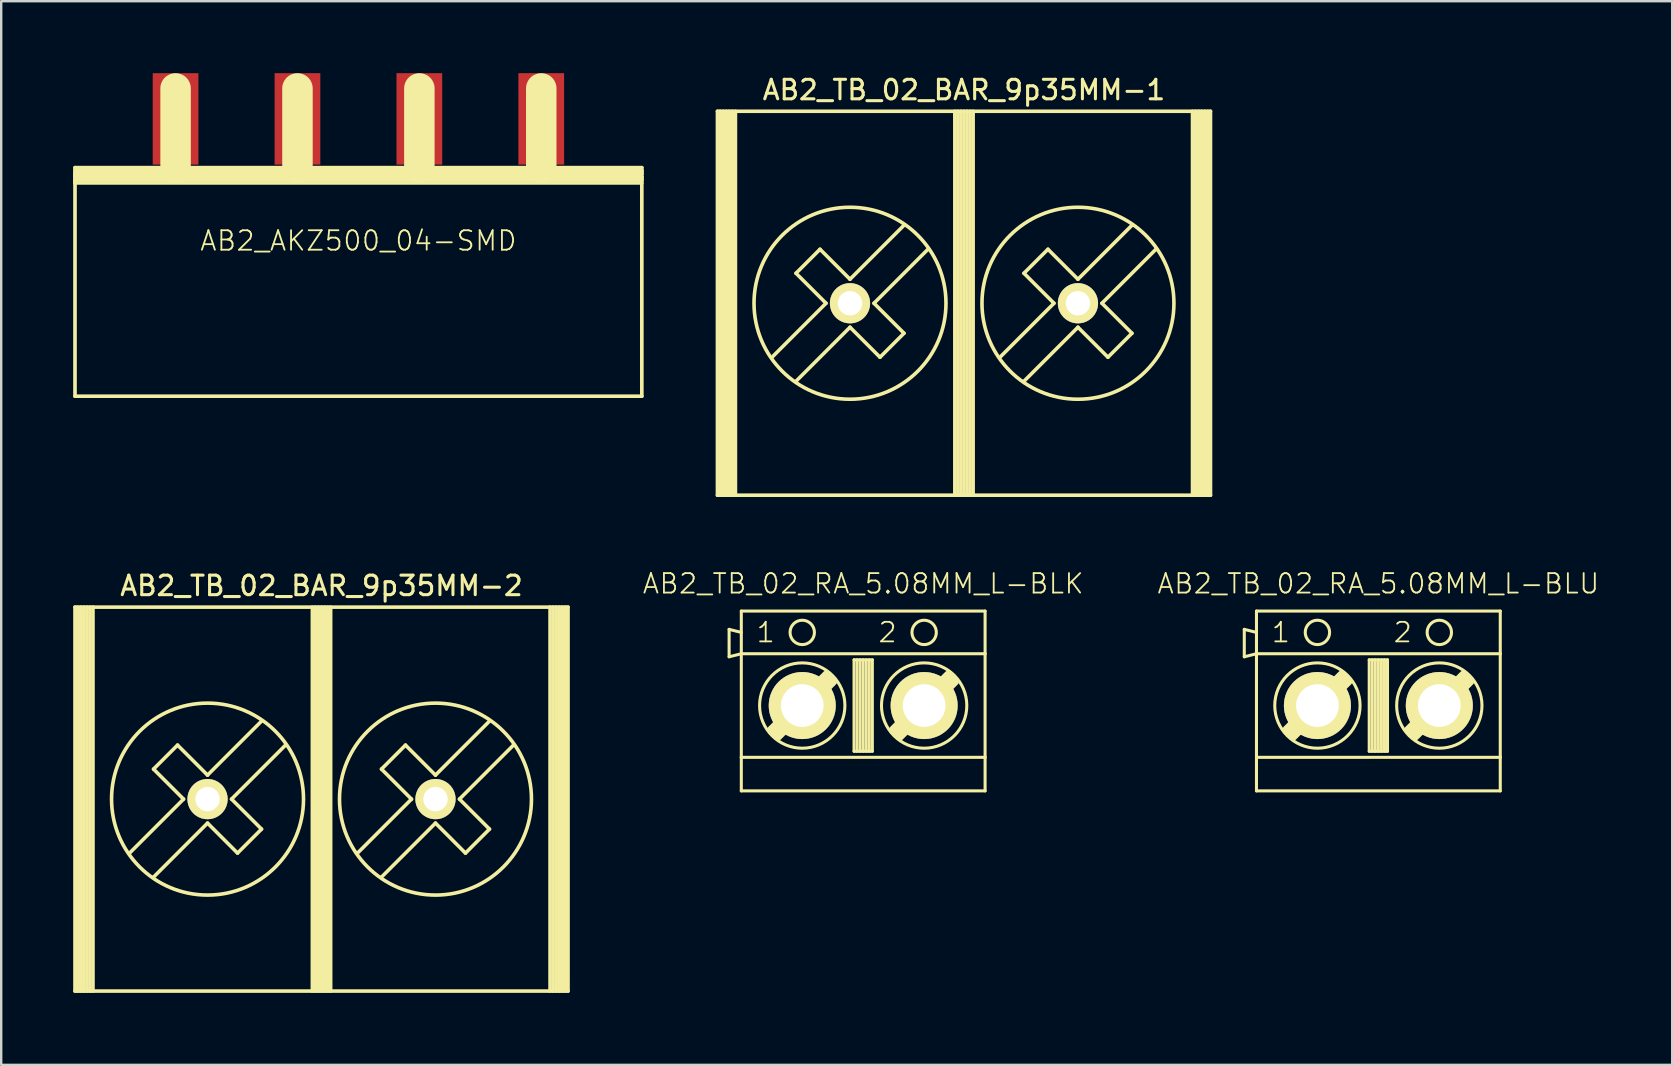
<source format=kicad_pcb>
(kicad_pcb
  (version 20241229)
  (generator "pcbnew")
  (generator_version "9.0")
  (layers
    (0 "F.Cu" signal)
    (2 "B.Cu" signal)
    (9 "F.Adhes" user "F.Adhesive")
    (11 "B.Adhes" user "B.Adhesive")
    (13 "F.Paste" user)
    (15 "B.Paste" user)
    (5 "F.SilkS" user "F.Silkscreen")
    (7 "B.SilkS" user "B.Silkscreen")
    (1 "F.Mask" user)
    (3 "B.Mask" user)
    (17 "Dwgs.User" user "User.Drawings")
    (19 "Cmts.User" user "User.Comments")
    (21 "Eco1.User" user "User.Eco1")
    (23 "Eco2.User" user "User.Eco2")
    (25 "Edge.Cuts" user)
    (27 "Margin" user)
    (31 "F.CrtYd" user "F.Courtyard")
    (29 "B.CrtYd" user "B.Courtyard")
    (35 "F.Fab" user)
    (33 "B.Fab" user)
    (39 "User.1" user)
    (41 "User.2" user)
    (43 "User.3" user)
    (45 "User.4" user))
  (footprint "AB2_TB_02_BAR_9p35MM-2"
    (layer "F.Cu")
    (at 10.349 30.253)
    (property "Reference" "AB2_TB_02_BAR_9p35MM-2" (at 0 -8.89 0) (layer "F.SilkS") (effects (font (size 0.813 0.813) (thickness 0.127))))
    (attr through_hole)
    (fp_line (start -10.274 -8.001) (end 10.274 -8.001) (stroke (width 0.15) (type solid)) (layer "F.SilkS"))
    (fp_line (start -10.274 8.001) (end -10.274 -8.001) (stroke (width 0.15) (type solid)) (layer "F.SilkS"))
    (fp_line (start -10.16 -8.001) (end -10.16 8.001) (stroke (width 0.15) (type solid)) (layer "F.SilkS"))
    (fp_line (start -10.033 8.001) (end -10.033 -8.001) (stroke (width 0.15) (type solid)) (layer "F.SilkS"))
    (fp_line (start -9.906 -8.001) (end -9.906 8.001) (stroke (width 0.15) (type solid)) (layer "F.SilkS"))
    (fp_line (start -9.779 -8.001) (end -9.779 8.001) (stroke (width 0.15) (type solid)) (layer "F.SilkS"))
    (fp_line (start -9.652 8.001) (end -9.652 -8.001) (stroke (width 0.15) (type solid)) (layer "F.SilkS"))
    (fp_line (start -9.525 -8.001) (end -9.525 8.001) (stroke (width 0.15) (type solid)) (layer "F.SilkS"))
    (fp_line (start -7 -1.25) (end -5.75 0) (stroke (width 0.15) (type solid)) (layer "F.SilkS"))
    (fp_line (start -6 -2.25) (end -7 -1.25) (stroke (width 0.15) (type solid)) (layer "F.SilkS"))
    (fp_line (start -5.75 0) (end -8 2.25) (stroke (width 0.15) (type solid)) (layer "F.SilkS"))
    (fp_line (start -4.75 -1) (end -6 -2.25) (stroke (width 0.15) (type solid)) (layer "F.SilkS"))
    (fp_line (start -4.75 -1) (end -2.5 -3.25) (stroke (width 0.15) (type solid)) (layer "F.SilkS"))
    (fp_line (start -4.75 1) (end -7 3.25) (stroke (width 0.15) (type solid)) (layer "F.SilkS"))
    (fp_line (start -3.75 0) (end -2.5 1.25) (stroke (width 0.15) (type solid)) (layer "F.SilkS"))
    (fp_line (start -3.75 0) (end -1.5 -2.25) (stroke (width 0.15) (type solid)) (layer "F.SilkS"))
    (fp_line (start -3.5 2.25) (end -4.75 1) (stroke (width 0.15) (type solid)) (layer "F.SilkS"))
    (fp_line (start -2.5 1.25) (end -3.5 2.25) (stroke (width 0.15) (type solid)) (layer "F.SilkS"))
    (fp_line (start -0.381 8.001) (end -0.381 -8.001) (stroke (width 0.15) (type solid)) (layer "F.SilkS"))
    (fp_line (start -0.254 -8.001) (end -0.254 8.001) (stroke (width 0.15) (type solid)) (layer "F.SilkS"))
    (fp_line (start -0.127 8.001) (end -0.127 -8.001) (stroke (width 0.15) (type solid)) (layer "F.SilkS"))
    (fp_line (start 0 -8.001) (end 0 8.001) (stroke (width 0.15) (type solid)) (layer "F.SilkS"))
    (fp_line (start 0.127 8.001) (end 0.127 -8.001) (stroke (width 0.15) (type solid)) (layer "F.SilkS"))
    (fp_line (start 0.254 -8.001) (end 0.254 8.001) (stroke (width 0.15) (type solid)) (layer "F.SilkS"))
    (fp_line (start 0.381 -8.001) (end 0.381 8.001) (stroke (width 0.15) (type solid)) (layer "F.SilkS"))
    (fp_line (start 2.5 -1.25) (end 3.5 -2.25) (stroke (width 0.15) (type solid)) (layer "F.SilkS"))
    (fp_line (start 3.5 -2.25) (end 4.75 -1) (stroke (width 0.15) (type solid)) (layer "F.SilkS"))
    (fp_line (start 3.75 0) (end 1.5 2.25) (stroke (width 0.15) (type solid)) (layer "F.SilkS"))
    (fp_line (start 3.75 0) (end 2.5 -1.25) (stroke (width 0.15) (type solid)) (layer "F.SilkS"))
    (fp_line (start 4.75 -1) (end 7 -3.25) (stroke (width 0.15) (type solid)) (layer "F.SilkS"))
    (fp_line (start 4.75 1) (end 2.5 3.25) (stroke (width 0.15) (type solid)) (layer "F.SilkS"))
    (fp_line (start 5.75 0) (end 8 -2.25) (stroke (width 0.15) (type solid)) (layer "F.SilkS"))
    (fp_line (start 6 2.25) (end 4.75 1) (stroke (width 0.15) (type solid)) (layer "F.SilkS"))
    (fp_line (start 6 2.25) (end 7 1.25) (stroke (width 0.15) (type solid)) (layer "F.SilkS"))
    (fp_line (start 7 1.25) (end 5.75 0) (stroke (width 0.15) (type solid)) (layer "F.SilkS"))
    (fp_line (start 9.525 -8.001) (end 9.525 8.001) (stroke (width 0.15) (type solid)) (layer "F.SilkS"))
    (fp_line (start 9.652 8.001) (end 9.652 -8.001) (stroke (width 0.15) (type solid)) (layer "F.SilkS"))
    (fp_line (start 9.779 8.001) (end 9.779 -8.001) (stroke (width 0.15) (type solid)) (layer "F.SilkS"))
    (fp_line (start 9.906 -8.001) (end 9.906 8.001) (stroke (width 0.15) (type solid)) (layer "F.SilkS"))
    (fp_line (start 10.033 8.001) (end 10.033 -8.001) (stroke (width 0.15) (type solid)) (layer "F.SilkS"))
    (fp_line (start 10.16 -8.001) (end 10.16 8.001) (stroke (width 0.15) (type solid)) (layer "F.SilkS"))
    (fp_line (start 10.274 -8.001) (end 10.274 8.001) (stroke (width 0.15) (type solid)) (layer "F.SilkS"))
    (fp_line (start 10.274 8.001) (end -10.274 8.001) (stroke (width 0.15) (type solid)) (layer "F.SilkS"))
    (fp_circle (center -4.75 0) (end -0.75 0) (stroke (width 0.15) (type solid)) (fill no) (layer "F.SilkS"))
    (fp_circle (center 4.75 0) (end 0.75 0) (stroke (width 0.15) (type solid)) (fill no) (layer "F.SilkS"))
    (pad "1" thru_hole circle (at -4.75 0) (size 1.676 1.676) (drill 1.016) (layers "*.Cu" "*.Mask" "F.SilkS"))
    (pad "2" thru_hole circle (at 4.75 0) (size 1.676 1.676) (drill 1.016) (layers "*.Cu" "*.Mask" "F.SilkS")))
  (footprint "AB2_TB_02_RA_5.08MM_L-BLU"
    (layer "F.Cu")
    (at 54.394 26.354)
    (property "Reference" "AB2_TB_02_RA_5.08MM_L-BLU" (at 0 -5.08 0) (layer "F.SilkS") (effects (font (size 0.813 0.813) (thickness 0.076))))
    (attr through_hole)
    (fp_line (start -5.588 -3.175) (end -5.08 -3.048) (stroke (width 0.127) (type solid)) (layer "F.SilkS"))
    (fp_line (start -5.588 -2.032) (end -5.588 -3.175) (stroke (width 0.127) (type solid)) (layer "F.SilkS"))
    (fp_line (start -5.08 -3.937) (end 5.08 -3.937) (stroke (width 0.127) (type solid)) (layer "F.SilkS"))
    (fp_line (start -5.08 -2.159) (end -5.588 -2.032) (stroke (width 0.127) (type solid)) (layer "F.SilkS"))
    (fp_line (start -5.08 -2.159) (end -5.08 -3.937) (stroke (width 0.127) (type solid)) (layer "F.SilkS"))
    (fp_line (start -5.08 -2.159) (end 5.08 -2.159) (stroke (width 0.127) (type solid)) (layer "F.SilkS"))
    (fp_line (start -5.08 2.159) (end -5.08 -2.159) (stroke (width 0.127) (type solid)) (layer "F.SilkS"))
    (fp_line (start -5.08 2.159) (end -5.08 3.556) (stroke (width 0.127) (type solid)) (layer "F.SilkS"))
    (fp_line (start -5.08 3.556) (end 5.08 3.556) (stroke (width 0.127) (type solid)) (layer "F.SilkS"))
    (fp_line (start -3.81 1.016) (end -1.524 -1.27) (stroke (width 0.381) (type solid)) (layer "F.SilkS"))
    (fp_line (start -3.683 1.143) (end -1.397 -1.143) (stroke (width 0.381) (type solid)) (layer "F.SilkS"))
    (fp_line (start -1.27 -1.016) (end -3.556 1.27) (stroke (width 0.381) (type solid)) (layer "F.SilkS"))
    (fp_line (start -0.381 -1.905) (end 0.381 -1.905) (stroke (width 0.127) (type solid)) (layer "F.SilkS"))
    (fp_line (start -0.381 1.905) (end -0.381 -1.905) (stroke (width 0.127) (type solid)) (layer "F.SilkS"))
    (fp_line (start -0.254 -1.905) (end -0.254 1.905) (stroke (width 0.127) (type solid)) (layer "F.SilkS"))
    (fp_line (start -0.127 -1.905) (end -0.127 1.905) (stroke (width 0.127) (type solid)) (layer "F.SilkS"))
    (fp_line (start 0 -1.905) (end 0 1.905) (stroke (width 0.127) (type solid)) (layer "F.SilkS"))
    (fp_line (start 0.127 -1.905) (end 0.127 1.905) (stroke (width 0.127) (type solid)) (layer "F.SilkS"))
    (fp_line (start 0.254 -1.905) (end 0.254 1.905) (stroke (width 0.127) (type solid)) (layer "F.SilkS"))
    (fp_line (start 0.381 -1.905) (end 0.381 1.905) (stroke (width 0.127) (type solid)) (layer "F.SilkS"))
    (fp_line (start 0.381 1.905) (end -0.381 1.905) (stroke (width 0.127) (type solid)) (layer "F.SilkS"))
    (fp_line (start 1.27 1.016) (end 3.556 -1.27) (stroke (width 0.381) (type solid)) (layer "F.SilkS"))
    (fp_line (start 1.397 1.143) (end 3.683 -1.143) (stroke (width 0.381) (type solid)) (layer "F.SilkS"))
    (fp_line (start 3.81 -1.016) (end 1.524 1.27) (stroke (width 0.381) (type solid)) (layer "F.SilkS"))
    (fp_line (start 5.08 -3.937) (end 5.08 -2.159) (stroke (width 0.127) (type solid)) (layer "F.SilkS"))
    (fp_line (start 5.08 -2.159) (end 5.08 2.159) (stroke (width 0.127) (type solid)) (layer "F.SilkS"))
    (fp_line (start 5.08 2.159) (end -5.08 2.159) (stroke (width 0.127) (type solid)) (layer "F.SilkS"))
    (fp_line (start 5.08 3.556) (end 5.08 2.159) (stroke (width 0.127) (type solid)) (layer "F.SilkS"))
    (fp_circle (center -2.54 -3.048) (end -2.54 -3.556) (stroke (width 0.127) (type solid)) (fill no) (layer "F.SilkS"))
    (fp_circle (center -2.54 0) (end -2.54 -1.778) (stroke (width 0.127) (type solid)) (fill no) (layer "F.SilkS"))
    (fp_circle (center 2.54 -3.048) (end 2.54 -3.556) (stroke (width 0.127) (type solid)) (fill no) (layer "F.SilkS"))
    (fp_circle (center 2.54 0) (end 2.54 -1.778) (stroke (width 0.127) (type solid)) (fill no) (layer "F.SilkS"))
    (fp_text user "2" (at 1.016 -3.048 0) (layer "F.SilkS") (effects (font (size 0.813 0.813) (thickness 0.076))))
    (fp_text user "1" (at -4.064 -3.048 0) (layer "F.SilkS") (effects (font (size 0.813 0.813) (thickness 0.076))))
    (pad "1" thru_hole circle (at -2.54 0) (size 2.794 2.794) (drill 1.778) (layers "*.Cu" "*.Mask" "F.SilkS"))
    (pad "2" thru_hole circle (at 2.54 0) (size 2.794 2.794) (drill 1.778) (layers "*.Cu" "*.Mask" "F.SilkS")))
  (footprint "AB2_TB_02_RA_5.08MM_L-BLK"
    (layer "F.Cu")
    (at 32.924 26.354)
    (property "Reference" "AB2_TB_02_RA_5.08MM_L-BLK" (at 0 -5.08 0) (layer "F.SilkS") (effects (font (size 0.813 0.813) (thickness 0.076))))
    (attr through_hole)
    (fp_line (start -5.588 -3.175) (end -5.08 -3.048) (stroke (width 0.127) (type solid)) (layer "F.SilkS"))
    (fp_line (start -5.588 -2.032) (end -5.588 -3.175) (stroke (width 0.127) (type solid)) (layer "F.SilkS"))
    (fp_line (start -5.08 -3.937) (end 5.08 -3.937) (stroke (width 0.127) (type solid)) (layer "F.SilkS"))
    (fp_line (start -5.08 -2.159) (end -5.588 -2.032) (stroke (width 0.127) (type solid)) (layer "F.SilkS"))
    (fp_line (start -5.08 -2.159) (end -5.08 -3.937) (stroke (width 0.127) (type solid)) (layer "F.SilkS"))
    (fp_line (start -5.08 -2.159) (end 5.08 -2.159) (stroke (width 0.127) (type solid)) (layer "F.SilkS"))
    (fp_line (start -5.08 2.159) (end -5.08 -2.159) (stroke (width 0.127) (type solid)) (layer "F.SilkS"))
    (fp_line (start -5.08 2.159) (end -5.08 3.556) (stroke (width 0.127) (type solid)) (layer "F.SilkS"))
    (fp_line (start -5.08 3.556) (end 5.08 3.556) (stroke (width 0.127) (type solid)) (layer "F.SilkS"))
    (fp_line (start -3.81 1.016) (end -1.524 -1.27) (stroke (width 0.381) (type solid)) (layer "F.SilkS"))
    (fp_line (start -3.683 1.143) (end -1.397 -1.143) (stroke (width 0.381) (type solid)) (layer "F.SilkS"))
    (fp_line (start -1.27 -1.016) (end -3.556 1.27) (stroke (width 0.381) (type solid)) (layer "F.SilkS"))
    (fp_line (start -0.381 -1.905) (end 0.381 -1.905) (stroke (width 0.127) (type solid)) (layer "F.SilkS"))
    (fp_line (start -0.381 1.905) (end -0.381 -1.905) (stroke (width 0.127) (type solid)) (layer "F.SilkS"))
    (fp_line (start -0.254 -1.905) (end -0.254 1.905) (stroke (width 0.127) (type solid)) (layer "F.SilkS"))
    (fp_line (start -0.127 -1.905) (end -0.127 1.905) (stroke (width 0.127) (type solid)) (layer "F.SilkS"))
    (fp_line (start 0 -1.905) (end 0 1.905) (stroke (width 0.127) (type solid)) (layer "F.SilkS"))
    (fp_line (start 0.127 -1.905) (end 0.127 1.905) (stroke (width 0.127) (type solid)) (layer "F.SilkS"))
    (fp_line (start 0.254 -1.905) (end 0.254 1.905) (stroke (width 0.127) (type solid)) (layer "F.SilkS"))
    (fp_line (start 0.381 -1.905) (end 0.381 1.905) (stroke (width 0.127) (type solid)) (layer "F.SilkS"))
    (fp_line (start 0.381 1.905) (end -0.381 1.905) (stroke (width 0.127) (type solid)) (layer "F.SilkS"))
    (fp_line (start 1.27 1.016) (end 3.556 -1.27) (stroke (width 0.381) (type solid)) (layer "F.SilkS"))
    (fp_line (start 1.397 1.143) (end 3.683 -1.143) (stroke (width 0.381) (type solid)) (layer "F.SilkS"))
    (fp_line (start 3.81 -1.016) (end 1.524 1.27) (stroke (width 0.381) (type solid)) (layer "F.SilkS"))
    (fp_line (start 5.08 -3.937) (end 5.08 -2.159) (stroke (width 0.127) (type solid)) (layer "F.SilkS"))
    (fp_line (start 5.08 -2.159) (end 5.08 2.159) (stroke (width 0.127) (type solid)) (layer "F.SilkS"))
    (fp_line (start 5.08 2.159) (end -5.08 2.159) (stroke (width 0.127) (type solid)) (layer "F.SilkS"))
    (fp_line (start 5.08 3.556) (end 5.08 2.159) (stroke (width 0.127) (type solid)) (layer "F.SilkS"))
    (fp_circle (center -2.54 -3.048) (end -2.54 -3.556) (stroke (width 0.127) (type solid)) (fill no) (layer "F.SilkS"))
    (fp_circle (center -2.54 0) (end -2.54 -1.778) (stroke (width 0.127) (type solid)) (fill no) (layer "F.SilkS"))
    (fp_circle (center 2.54 -3.048) (end 2.54 -3.556) (stroke (width 0.127) (type solid)) (fill no) (layer "F.SilkS"))
    (fp_circle (center 2.54 0) (end 2.54 -1.778) (stroke (width 0.127) (type solid)) (fill no) (layer "F.SilkS"))
    (fp_text user "2" (at 1.016 -3.048 0) (layer "F.SilkS") (effects (font (size 0.813 0.813) (thickness 0.076))))
    (fp_text user "1" (at -4.064 -3.048 0) (layer "F.SilkS") (effects (font (size 0.813 0.813) (thickness 0.076))))
    (pad "1" thru_hole circle (at -2.54 0) (size 2.794 2.794) (drill 1.778) (layers "*.Cu" "*.Mask" "F.SilkS"))
    (pad "2" thru_hole circle (at 2.54 0) (size 2.794 2.794) (drill 1.778) (layers "*.Cu" "*.Mask" "F.SilkS")))
  (footprint "AB2_TB_02_BAR_9p35MM-1"
    (layer "F.Cu")
    (at 37.124 9.588)
    (property "Reference" "AB2_TB_02_BAR_9p35MM-1" (at 0 -8.89 0) (layer "F.SilkS") (effects (font (size 0.813 0.813) (thickness 0.127))))
    (attr through_hole)
    (fp_line (start -10.274 -8.001) (end 10.274 -8.001) (stroke (width 0.15) (type solid)) (layer "F.SilkS"))
    (fp_line (start -10.274 8.001) (end -10.274 -8.001) (stroke (width 0.15) (type solid)) (layer "F.SilkS"))
    (fp_line (start -10.16 -8.001) (end -10.16 8.001) (stroke (width 0.15) (type solid)) (layer "F.SilkS"))
    (fp_line (start -10.033 8.001) (end -10.033 -8.001) (stroke (width 0.15) (type solid)) (layer "F.SilkS"))
    (fp_line (start -9.906 -8.001) (end -9.906 8.001) (stroke (width 0.15) (type solid)) (layer "F.SilkS"))
    (fp_line (start -9.779 -8.001) (end -9.779 8.001) (stroke (width 0.15) (type solid)) (layer "F.SilkS"))
    (fp_line (start -9.652 8.001) (end -9.652 -8.001) (stroke (width 0.15) (type solid)) (layer "F.SilkS"))
    (fp_line (start -9.525 -8.001) (end -9.525 8.001) (stroke (width 0.15) (type solid)) (layer "F.SilkS"))
    (fp_line (start -7 -1.25) (end -5.75 0) (stroke (width 0.15) (type solid)) (layer "F.SilkS"))
    (fp_line (start -6 -2.25) (end -7 -1.25) (stroke (width 0.15) (type solid)) (layer "F.SilkS"))
    (fp_line (start -5.75 0) (end -8 2.25) (stroke (width 0.15) (type solid)) (layer "F.SilkS"))
    (fp_line (start -4.75 -1) (end -6 -2.25) (stroke (width 0.15) (type solid)) (layer "F.SilkS"))
    (fp_line (start -4.75 -1) (end -2.5 -3.25) (stroke (width 0.15) (type solid)) (layer "F.SilkS"))
    (fp_line (start -4.75 1) (end -7 3.25) (stroke (width 0.15) (type solid)) (layer "F.SilkS"))
    (fp_line (start -3.75 0) (end -2.5 1.25) (stroke (width 0.15) (type solid)) (layer "F.SilkS"))
    (fp_line (start -3.75 0) (end -1.5 -2.25) (stroke (width 0.15) (type solid)) (layer "F.SilkS"))
    (fp_line (start -3.5 2.25) (end -4.75 1) (stroke (width 0.15) (type solid)) (layer "F.SilkS"))
    (fp_line (start -2.5 1.25) (end -3.5 2.25) (stroke (width 0.15) (type solid)) (layer "F.SilkS"))
    (fp_line (start -0.381 8.001) (end -0.381 -8.001) (stroke (width 0.15) (type solid)) (layer "F.SilkS"))
    (fp_line (start -0.254 -8.001) (end -0.254 8.001) (stroke (width 0.15) (type solid)) (layer "F.SilkS"))
    (fp_line (start -0.127 8.001) (end -0.127 -8.001) (stroke (width 0.15) (type solid)) (layer "F.SilkS"))
    (fp_line (start 0 -8.001) (end 0 8.001) (stroke (width 0.15) (type solid)) (layer "F.SilkS"))
    (fp_line (start 0.127 8.001) (end 0.127 -8.001) (stroke (width 0.15) (type solid)) (layer "F.SilkS"))
    (fp_line (start 0.254 -8.001) (end 0.254 8.001) (stroke (width 0.15) (type solid)) (layer "F.SilkS"))
    (fp_line (start 0.381 -8.001) (end 0.381 8.001) (stroke (width 0.15) (type solid)) (layer "F.SilkS"))
    (fp_line (start 2.5 -1.25) (end 3.5 -2.25) (stroke (width 0.15) (type solid)) (layer "F.SilkS"))
    (fp_line (start 3.5 -2.25) (end 4.75 -1) (stroke (width 0.15) (type solid)) (layer "F.SilkS"))
    (fp_line (start 3.75 0) (end 1.5 2.25) (stroke (width 0.15) (type solid)) (layer "F.SilkS"))
    (fp_line (start 3.75 0) (end 2.5 -1.25) (stroke (width 0.15) (type solid)) (layer "F.SilkS"))
    (fp_line (start 4.75 -1) (end 7 -3.25) (stroke (width 0.15) (type solid)) (layer "F.SilkS"))
    (fp_line (start 4.75 1) (end 2.5 3.25) (stroke (width 0.15) (type solid)) (layer "F.SilkS"))
    (fp_line (start 5.75 0) (end 8 -2.25) (stroke (width 0.15) (type solid)) (layer "F.SilkS"))
    (fp_line (start 6 2.25) (end 4.75 1) (stroke (width 0.15) (type solid)) (layer "F.SilkS"))
    (fp_line (start 6 2.25) (end 7 1.25) (stroke (width 0.15) (type solid)) (layer "F.SilkS"))
    (fp_line (start 7 1.25) (end 5.75 0) (stroke (width 0.15) (type solid)) (layer "F.SilkS"))
    (fp_line (start 9.525 -8.001) (end 9.525 8.001) (stroke (width 0.15) (type solid)) (layer "F.SilkS"))
    (fp_line (start 9.652 8.001) (end 9.652 -8.001) (stroke (width 0.15) (type solid)) (layer "F.SilkS"))
    (fp_line (start 9.779 8.001) (end 9.779 -8.001) (stroke (width 0.15) (type solid)) (layer "F.SilkS"))
    (fp_line (start 9.906 -8.001) (end 9.906 8.001) (stroke (width 0.15) (type solid)) (layer "F.SilkS"))
    (fp_line (start 10.033 8.001) (end 10.033 -8.001) (stroke (width 0.15) (type solid)) (layer "F.SilkS"))
    (fp_line (start 10.16 -8.001) (end 10.16 8.001) (stroke (width 0.15) (type solid)) (layer "F.SilkS"))
    (fp_line (start 10.274 -8.001) (end 10.274 8.001) (stroke (width 0.15) (type solid)) (layer "F.SilkS"))
    (fp_line (start 10.274 8.001) (end -10.274 8.001) (stroke (width 0.15) (type solid)) (layer "F.SilkS"))
    (fp_circle (center -4.75 0) (end -0.75 0) (stroke (width 0.15) (type solid)) (fill no) (layer "F.SilkS"))
    (fp_circle (center 4.75 0) (end 0.75 0) (stroke (width 0.15) (type solid)) (fill no) (layer "F.SilkS"))
    (pad "1" thru_hole circle (at -4.75 0) (size 1.676 1.676) (drill 1.016) (layers "*.Cu" "*.Mask" "F.SilkS"))
    (pad "2" thru_hole circle (at 4.75 0) (size 1.676 1.676) (drill 1.016) (layers "*.Cu" "*.Mask" "F.SilkS")))
  (footprint "AB2_AKZ500_04-SMD"
    (layer "F.Cu")
    (at 11.887 1.905)
    (property "Reference" "AB2_AKZ500_04-SMD" (at 0 5.08 0) (layer "F.SilkS") (effects (font (size 0.813 0.813) (thickness 0.076))))
    (attr through_hole)
    (fp_line (start -11.811 2.032) (end 11.811 2.032) (stroke (width 0.152) (type solid)) (layer "F.SilkS"))
    (fp_line (start -11.811 2.159) (end 11.811 2.159) (stroke (width 0.152) (type solid)) (layer "F.SilkS"))
    (fp_line (start -11.811 2.286) (end -11.811 2.413) (stroke (width 0.152) (type solid)) (layer "F.SilkS"))
    (fp_line (start -11.811 2.413) (end 11.811 2.413) (stroke (width 0.152) (type solid)) (layer "F.SilkS"))
    (fp_line (start -11.811 2.54) (end -11.811 2.667) (stroke (width 0.152) (type solid)) (layer "F.SilkS"))
    (fp_line (start -11.811 2.667) (end 11.811 2.667) (stroke (width 0.152) (type solid)) (layer "F.SilkS"))
    (fp_line (start -11.811 11.557) (end -11.811 2.032) (stroke (width 0.152) (type solid)) (layer "F.SilkS"))
    (fp_line (start -7.62 2.032) (end -7.62 -1.27) (stroke (width 1.27) (type solid)) (layer "F.SilkS"))
    (fp_line (start -2.54 2.032) (end -2.54 -1.27) (stroke (width 1.27) (type solid)) (layer "F.SilkS"))
    (fp_line (start 2.54 2.032) (end 2.54 -1.27) (stroke (width 1.27) (type solid)) (layer "F.SilkS"))
    (fp_line (start 7.62 2.032) (end 7.62 -1.27) (stroke (width 1.27) (type solid)) (layer "F.SilkS"))
    (fp_line (start 11.811 2.032) (end 11.811 11.557) (stroke (width 0.152) (type solid)) (layer "F.SilkS"))
    (fp_line (start 11.811 2.159) (end 11.811 2.286) (stroke (width 0.152) (type solid)) (layer "F.SilkS"))
    (fp_line (start 11.811 2.286) (end -11.811 2.286) (stroke (width 0.152) (type solid)) (layer "F.SilkS"))
    (fp_line (start 11.811 2.413) (end 11.811 2.54) (stroke (width 0.152) (type solid)) (layer "F.SilkS"))
    (fp_line (start 11.811 2.54) (end -11.811 2.54) (stroke (width 0.152) (type solid)) (layer "F.SilkS"))
    (fp_line (start 11.811 11.557) (end -11.811 11.557) (stroke (width 0.152) (type solid)) (layer "F.SilkS"))
    (pad "1" smd rect (at -7.62 0) (size 1.905 3.81) (layers "F.Cu" "F.Mask" "F.Paste"))
    (pad "2" smd rect (at -2.54 0) (size 1.905 3.81) (layers "F.Cu" "F.Mask" "F.Paste"))
    (pad "3" smd rect (at 2.54 0) (size 1.905 3.81) (layers "F.Cu" "F.Mask" "F.Paste"))
    (pad "4" smd rect (at 7.62 0) (size 1.905 3.81) (layers "F.Cu" "F.Mask" "F.Paste")))
  (gr_rect
    (start -3 -3)
    (end 66.639 41.329)
    (stroke (width 0.1) (type default))
    (fill no)
    (layer "Edge.Cuts")))
</source>
